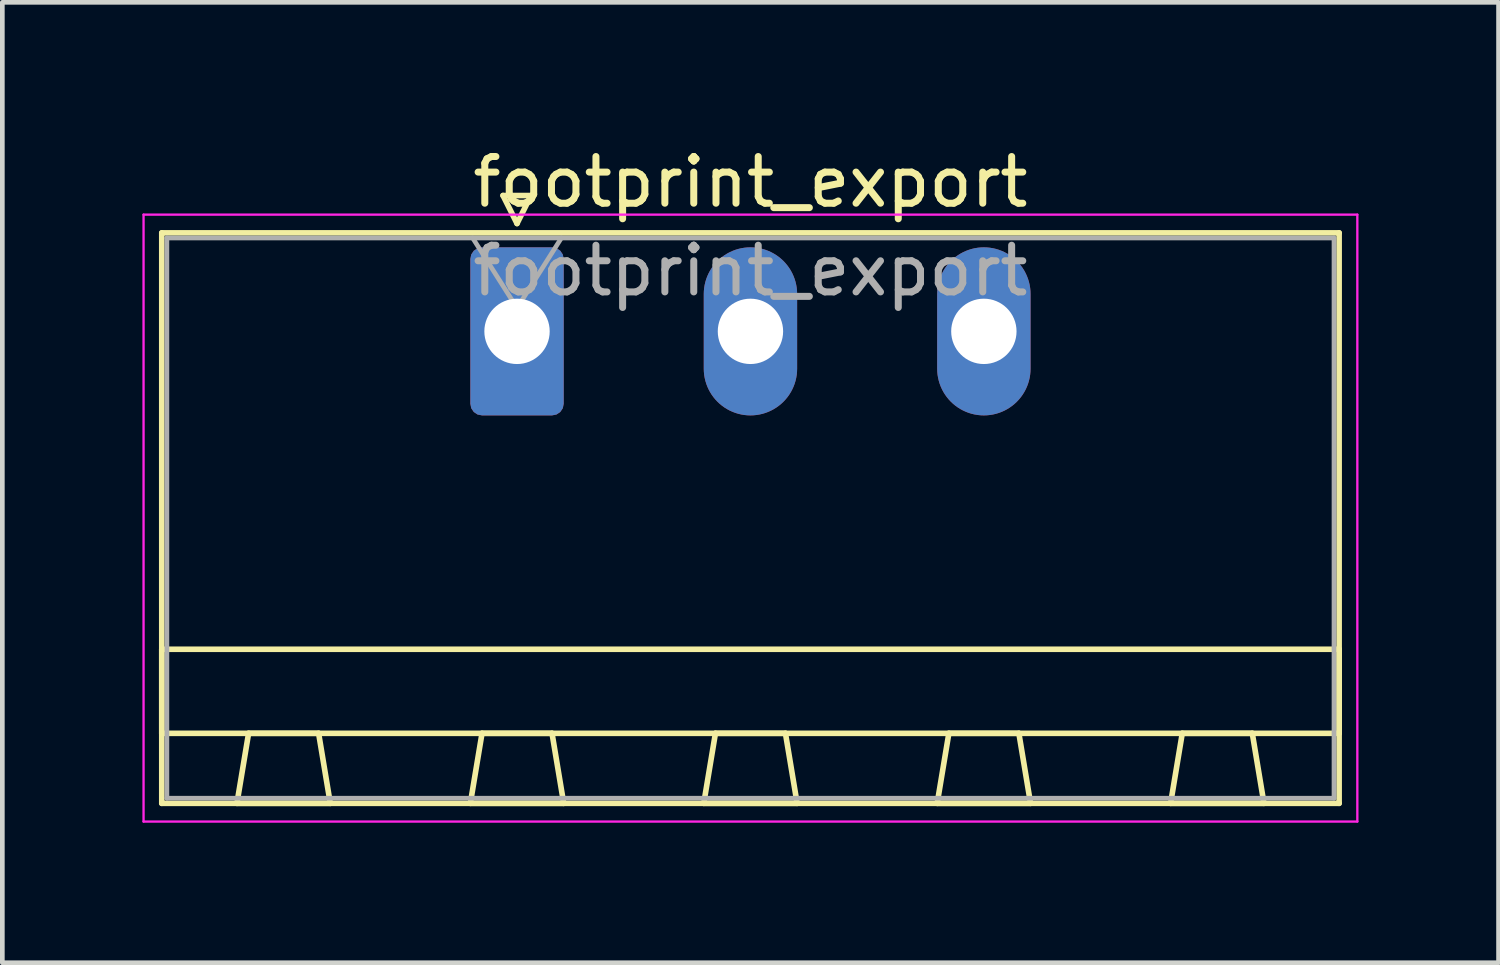
<source format=kicad_pcb>
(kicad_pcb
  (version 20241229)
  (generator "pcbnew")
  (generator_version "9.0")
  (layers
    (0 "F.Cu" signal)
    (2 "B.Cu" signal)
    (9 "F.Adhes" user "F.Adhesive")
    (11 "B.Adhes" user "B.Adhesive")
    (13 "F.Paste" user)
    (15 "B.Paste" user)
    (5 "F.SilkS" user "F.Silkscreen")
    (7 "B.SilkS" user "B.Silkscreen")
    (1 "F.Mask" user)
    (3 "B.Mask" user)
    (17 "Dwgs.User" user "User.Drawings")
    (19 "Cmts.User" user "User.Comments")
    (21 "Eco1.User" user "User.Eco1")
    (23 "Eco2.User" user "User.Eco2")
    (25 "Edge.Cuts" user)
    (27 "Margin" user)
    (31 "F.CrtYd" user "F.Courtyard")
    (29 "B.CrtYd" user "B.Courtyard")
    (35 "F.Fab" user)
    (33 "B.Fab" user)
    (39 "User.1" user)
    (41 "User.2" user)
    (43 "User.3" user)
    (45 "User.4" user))
  (footprint "footprint_export"
    (layer "F.Cu")
    (at 8.025 4.048)
    (property "Reference" "footprint_export" (at 5 -3.2 0) (layer "F.SilkS") (effects (font (size 1 1) (thickness 0.15))))
    (attr through_hole)
    (fp_line (start -7.61 -2.11) (end -7.61 10.11) (stroke (width 0.12) (type solid)) (layer "F.SilkS"))
    (fp_line (start -7.61 6.81) (end 17.61 6.81) (stroke (width 0.12) (type solid)) (layer "F.SilkS"))
    (fp_line (start -7.61 8.61) (end -7.61 6.81) (stroke (width 0.12) (type solid)) (layer "F.SilkS"))
    (fp_line (start -7.61 10.11) (end 17.61 10.11) (stroke (width 0.12) (type solid)) (layer "F.SilkS"))
    (fp_line (start -6 10.11) (end -4 10.11) (stroke (width 0.12) (type solid)) (layer "F.SilkS"))
    (fp_line (start -5.75 8.61) (end -6 10.11) (stroke (width 0.12) (type solid)) (layer "F.SilkS"))
    (fp_line (start -4.25 8.61) (end -5.75 8.61) (stroke (width 0.12) (type solid)) (layer "F.SilkS"))
    (fp_line (start -4 10.11) (end -4.25 8.61) (stroke (width 0.12) (type solid)) (layer "F.SilkS"))
    (fp_line (start -1 10.11) (end 1 10.11) (stroke (width 0.12) (type solid)) (layer "F.SilkS"))
    (fp_line (start -0.75 8.61) (end -1 10.11) (stroke (width 0.12) (type solid)) (layer "F.SilkS"))
    (fp_line (start -0.3 -2.91) (end 0.3 -2.91) (stroke (width 0.12) (type solid)) (layer "F.SilkS"))
    (fp_line (start 0 -2.31) (end -0.3 -2.91) (stroke (width 0.12) (type solid)) (layer "F.SilkS"))
    (fp_line (start 0.3 -2.91) (end 0 -2.31) (stroke (width 0.12) (type solid)) (layer "F.SilkS"))
    (fp_line (start 0.75 8.61) (end -0.75 8.61) (stroke (width 0.12) (type solid)) (layer "F.SilkS"))
    (fp_line (start 1 10.11) (end 0.75 8.61) (stroke (width 0.12) (type solid)) (layer "F.SilkS"))
    (fp_line (start 4 10.11) (end 6 10.11) (stroke (width 0.12) (type solid)) (layer "F.SilkS"))
    (fp_line (start 4.25 8.61) (end 4 10.11) (stroke (width 0.12) (type solid)) (layer "F.SilkS"))
    (fp_line (start 5.75 8.61) (end 4.25 8.61) (stroke (width 0.12) (type solid)) (layer "F.SilkS"))
    (fp_line (start 6 10.11) (end 5.75 8.61) (stroke (width 0.12) (type solid)) (layer "F.SilkS"))
    (fp_line (start 9 10.11) (end 11 10.11) (stroke (width 0.12) (type solid)) (layer "F.SilkS"))
    (fp_line (start 9.25 8.61) (end 9 10.11) (stroke (width 0.12) (type solid)) (layer "F.SilkS"))
    (fp_line (start 10.75 8.61) (end 9.25 8.61) (stroke (width 0.12) (type solid)) (layer "F.SilkS"))
    (fp_line (start 11 10.11) (end 10.75 8.61) (stroke (width 0.12) (type solid)) (layer "F.SilkS"))
    (fp_line (start 14 10.11) (end 16 10.11) (stroke (width 0.12) (type solid)) (layer "F.SilkS"))
    (fp_line (start 14.25 8.61) (end 14 10.11) (stroke (width 0.12) (type solid)) (layer "F.SilkS"))
    (fp_line (start 15.75 8.61) (end 14.25 8.61) (stroke (width 0.12) (type solid)) (layer "F.SilkS"))
    (fp_line (start 16 10.11) (end 15.75 8.61) (stroke (width 0.12) (type solid)) (layer "F.SilkS"))
    (fp_line (start 17.61 -2.11) (end -7.61 -2.11) (stroke (width 0.12) (type solid)) (layer "F.SilkS"))
    (fp_line (start 17.61 6.81) (end 17.61 8.61) (stroke (width 0.12) (type solid)) (layer "F.SilkS"))
    (fp_line (start 17.61 8.61) (end -7.61 8.61) (stroke (width 0.12) (type solid)) (layer "F.SilkS"))
    (fp_line (start 17.61 10.11) (end 17.61 -2.11) (stroke (width 0.12) (type solid)) (layer "F.SilkS"))
    (fp_line (start -8 -2.5) (end -8 10.5) (stroke (width 0.05) (type solid)) (layer "F.CrtYd"))
    (fp_line (start -8 10.5) (end 18 10.5) (stroke (width 0.05) (type solid)) (layer "F.CrtYd"))
    (fp_line (start 18 -2.5) (end -8 -2.5) (stroke (width 0.05) (type solid)) (layer "F.CrtYd"))
    (fp_line (start 18 10.5) (end 18 -2.5) (stroke (width 0.05) (type solid)) (layer "F.CrtYd"))
    (fp_line (start -7.5 -2) (end -7.5 10) (stroke (width 0.1) (type solid)) (layer "F.Fab"))
    (fp_line (start -7.5 10) (end 17.5 10) (stroke (width 0.1) (type solid)) (layer "F.Fab"))
    (fp_line (start 0 -0.5) (end -0.95 -2) (stroke (width 0.1) (type solid)) (layer "F.Fab"))
    (fp_line (start 0.95 -2) (end 0 -0.5) (stroke (width 0.1) (type solid)) (layer "F.Fab"))
    (fp_line (start 17.5 -2) (end -7.5 -2) (stroke (width 0.1) (type solid)) (layer "F.Fab"))
    (fp_line (start 17.5 10) (end 17.5 -2) (stroke (width 0.1) (type solid)) (layer "F.Fab"))
    (fp_text user "${REFERENCE}" (at 5 -1.3 0) (layer "F.Fab") (effects (font (size 1 1) (thickness 0.15))))
    (pad "1" thru_hole roundrect (at 0 0) (size 2 3.6) (drill 1.4) (layers "*.Cu" "*.Mask") (roundrect_rratio 0.125))
    (pad "2" thru_hole oval (at 5 0) (size 2 3.6) (drill 1.4) (layers "*.Cu" "*.Mask"))
    (pad "3" thru_hole oval (at 10 0) (size 2 3.6) (drill 1.4) (layers "*.Cu" "*.Mask")))
  (gr_rect
    (start -3 -3)
    (end 29.05 17.573)
    (stroke (width 0.1) (type default))
    (fill no)
    (layer "Edge.Cuts")))
</source>
